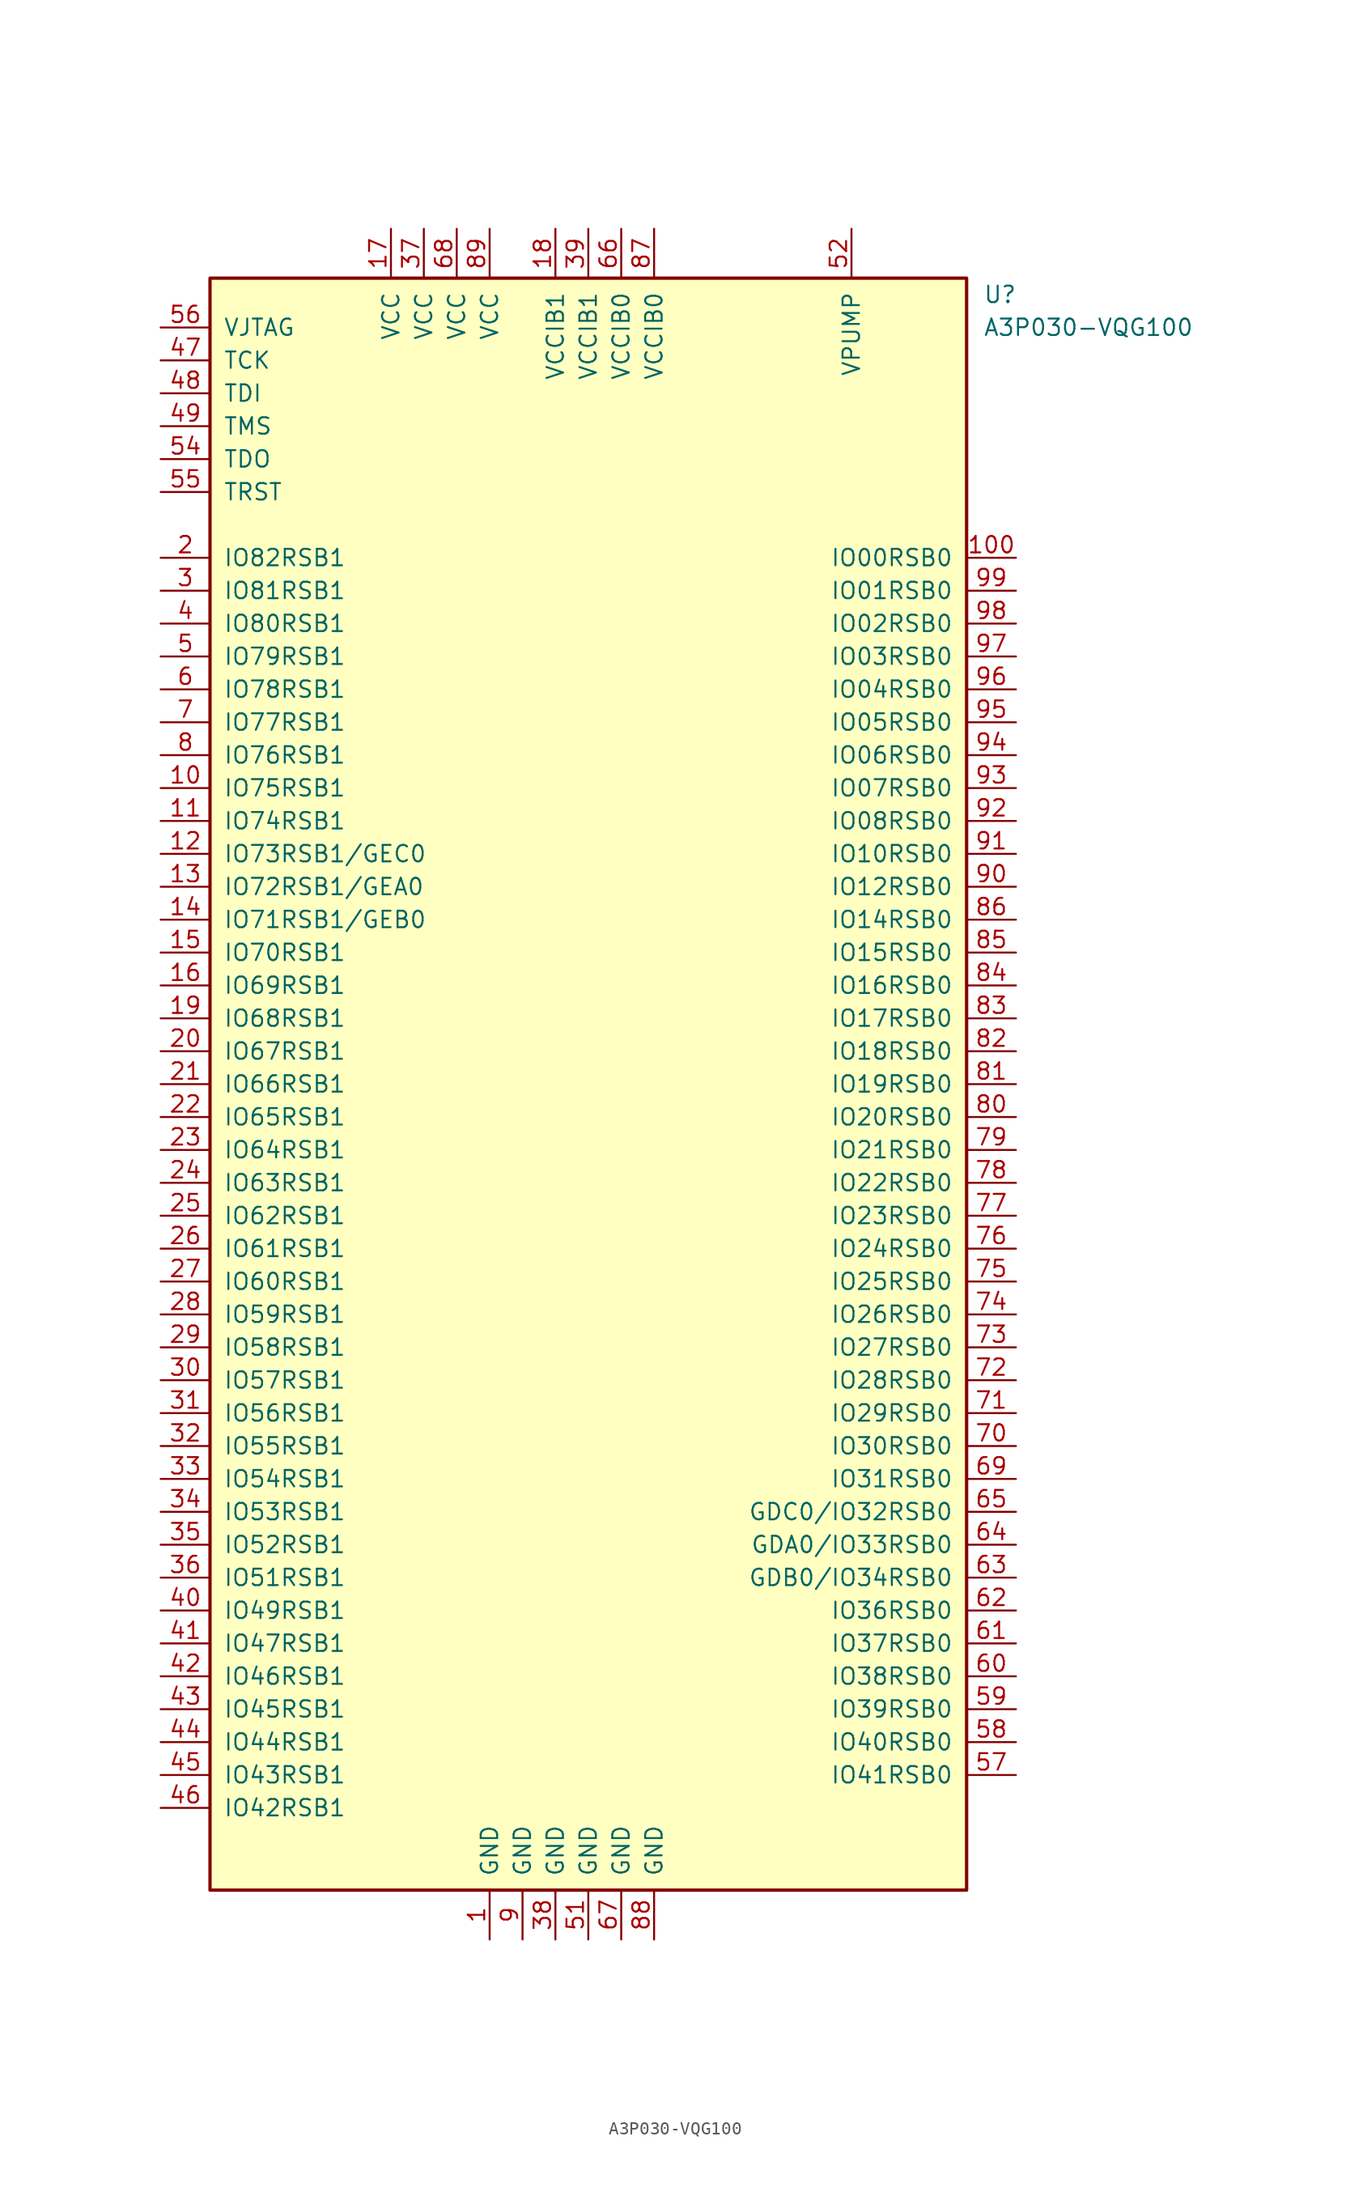
<source format=kicad_sym>
(kicad_symbol_lib
  (version 20201005)
  (generator kicad_symbol_editor)
  (symbol "A3P030-VQG100"
    (pin_names
      (offset 1.016))
    (property "Reference" "U"
      (at 30.48 60.96 0)
      (effects (font (size 1.27 1.27)) (justify left)))
    (property "Value" "A3P030-VQG100"
      (at 30.48 58.42 0)
      (effects (font (size 1.27 1.27)) (justify left)))
    (symbol "A3P030-VQG100_0_1"
      (rectangle (start -29.21 62.23) (end 29.21 -62.23) (stroke (width 0.254)) (fill (type background))))
    (symbol "A3P030-VQG100_1_1"
      (pin power_in line (at -7.62 -66.04 90) (length 3.81) (name "GND" (effects (font (size 1.27 1.27)))) (number "1" (effects (font (size 1.27 1.27)))))
      (pin bidirectional line (at -33.02 22.86 0) (length 3.81) (name "IO75RSB1" (effects (font (size 1.27 1.27)))) (number "10" (effects (font (size 1.27 1.27)))))
      (pin bidirectional line (at 33.02 40.64 180) (length 3.81) (name "IO00RSB0" (effects (font (size 1.27 1.27)))) (number "100" (effects (font (size 1.27 1.27)))))
      (pin bidirectional line (at -33.02 20.32 0) (length 3.81) (name "IO74RSB1" (effects (font (size 1.27 1.27)))) (number "11" (effects (font (size 1.27 1.27)))))
      (pin bidirectional line (at -33.02 17.78 0) (length 3.81) (name "IO73RSB1/GEC0" (effects (font (size 1.27 1.27)))) (number "12" (effects (font (size 1.27 1.27)))))
      (pin bidirectional line (at -33.02 15.24 0) (length 3.81) (name "IO72RSB1/GEA0" (effects (font (size 1.27 1.27)))) (number "13" (effects (font (size 1.27 1.27)))))
      (pin bidirectional line (at -33.02 12.7 0) (length 3.81) (name "IO71RSB1/GEB0" (effects (font (size 1.27 1.27)))) (number "14" (effects (font (size 1.27 1.27)))))
      (pin bidirectional line (at -33.02 10.16 0) (length 3.81) (name "IO70RSB1" (effects (font (size 1.27 1.27)))) (number "15" (effects (font (size 1.27 1.27)))))
      (pin bidirectional line (at -33.02 7.62 0) (length 3.81) (name "IO69RSB1" (effects (font (size 1.27 1.27)))) (number "16" (effects (font (size 1.27 1.27)))))
      (pin power_in line (at -15.24 66.04 270) (length 3.81) (name "VCC" (effects (font (size 1.27 1.27)))) (number "17" (effects (font (size 1.27 1.27)))))
      (pin power_in line (at -2.54 66.04 270) (length 3.81) (name "VCCIB1" (effects (font (size 1.27 1.27)))) (number "18" (effects (font (size 1.27 1.27)))))
      (pin bidirectional line (at -33.02 5.08 0) (length 3.81) (name "IO68RSB1" (effects (font (size 1.27 1.27)))) (number "19" (effects (font (size 1.27 1.27)))))
      (pin bidirectional line (at -33.02 40.64 0) (length 3.81) (name "IO82RSB1" (effects (font (size 1.27 1.27)))) (number "2" (effects (font (size 1.27 1.27)))))
      (pin bidirectional line (at -33.02 2.54 0) (length 3.81) (name "IO67RSB1" (effects (font (size 1.27 1.27)))) (number "20" (effects (font (size 1.27 1.27)))))
      (pin bidirectional line (at -33.02 0 0) (length 3.81) (name "IO66RSB1" (effects (font (size 1.27 1.27)))) (number "21" (effects (font (size 1.27 1.27)))))
      (pin bidirectional line (at -33.02 -2.54 0) (length 3.81) (name "IO65RSB1" (effects (font (size 1.27 1.27)))) (number "22" (effects (font (size 1.27 1.27)))))
      (pin bidirectional line (at -33.02 -5.08 0) (length 3.81) (name "IO64RSB1" (effects (font (size 1.27 1.27)))) (number "23" (effects (font (size 1.27 1.27)))))
      (pin bidirectional line (at -33.02 -7.62 0) (length 3.81) (name "IO63RSB1" (effects (font (size 1.27 1.27)))) (number "24" (effects (font (size 1.27 1.27)))))
      (pin bidirectional line (at -33.02 -10.16 0) (length 3.81) (name "IO62RSB1" (effects (font (size 1.27 1.27)))) (number "25" (effects (font (size 1.27 1.27)))))
      (pin bidirectional line (at -33.02 -12.7 0) (length 3.81) (name "IO61RSB1" (effects (font (size 1.27 1.27)))) (number "26" (effects (font (size 1.27 1.27)))))
      (pin bidirectional line (at -33.02 -15.24 0) (length 3.81) (name "IO60RSB1" (effects (font (size 1.27 1.27)))) (number "27" (effects (font (size 1.27 1.27)))))
      (pin bidirectional line (at -33.02 -17.78 0) (length 3.81) (name "IO59RSB1" (effects (font (size 1.27 1.27)))) (number "28" (effects (font (size 1.27 1.27)))))
      (pin bidirectional line (at -33.02 -20.32 0) (length 3.81) (name "IO58RSB1" (effects (font (size 1.27 1.27)))) (number "29" (effects (font (size 1.27 1.27)))))
      (pin bidirectional line (at -33.02 38.1 0) (length 3.81) (name "IO81RSB1" (effects (font (size 1.27 1.27)))) (number "3" (effects (font (size 1.27 1.27)))))
      (pin bidirectional line (at -33.02 -22.86 0) (length 3.81) (name "IO57RSB1" (effects (font (size 1.27 1.27)))) (number "30" (effects (font (size 1.27 1.27)))))
      (pin bidirectional line (at -33.02 -25.4 0) (length 3.81) (name "IO56RSB1" (effects (font (size 1.27 1.27)))) (number "31" (effects (font (size 1.27 1.27)))))
      (pin bidirectional line (at -33.02 -27.94 0) (length 3.81) (name "IO55RSB1" (effects (font (size 1.27 1.27)))) (number "32" (effects (font (size 1.27 1.27)))))
      (pin bidirectional line (at -33.02 -30.48 0) (length 3.81) (name "IO54RSB1" (effects (font (size 1.27 1.27)))) (number "33" (effects (font (size 1.27 1.27)))))
      (pin bidirectional line (at -33.02 -33.02 0) (length 3.81) (name "IO53RSB1" (effects (font (size 1.27 1.27)))) (number "34" (effects (font (size 1.27 1.27)))))
      (pin bidirectional line (at -33.02 -35.56 0) (length 3.81) (name "IO52RSB1" (effects (font (size 1.27 1.27)))) (number "35" (effects (font (size 1.27 1.27)))))
      (pin bidirectional line (at -33.02 -38.1 0) (length 3.81) (name "IO51RSB1" (effects (font (size 1.27 1.27)))) (number "36" (effects (font (size 1.27 1.27)))))
      (pin power_in line (at -12.7 66.04 270) (length 3.81) (name "VCC" (effects (font (size 1.27 1.27)))) (number "37" (effects (font (size 1.27 1.27)))))
      (pin power_in line (at -2.54 -66.04 90) (length 3.81) (name "GND" (effects (font (size 1.27 1.27)))) (number "38" (effects (font (size 1.27 1.27)))))
      (pin power_in line (at 0 66.04 270) (length 3.81) (name "VCCIB1" (effects (font (size 1.27 1.27)))) (number "39" (effects (font (size 1.27 1.27)))))
      (pin bidirectional line (at -33.02 35.56 0) (length 3.81) (name "IO80RSB1" (effects (font (size 1.27 1.27)))) (number "4" (effects (font (size 1.27 1.27)))))
      (pin bidirectional line (at -33.02 -40.64 0) (length 3.81) (name "IO49RSB1" (effects (font (size 1.27 1.27)))) (number "40" (effects (font (size 1.27 1.27)))))
      (pin bidirectional line (at -33.02 -43.18 0) (length 3.81) (name "IO47RSB1" (effects (font (size 1.27 1.27)))) (number "41" (effects (font (size 1.27 1.27)))))
      (pin bidirectional line (at -33.02 -45.72 0) (length 3.81) (name "IO46RSB1" (effects (font (size 1.27 1.27)))) (number "42" (effects (font (size 1.27 1.27)))))
      (pin bidirectional line (at -33.02 -48.26 0) (length 3.81) (name "IO45RSB1" (effects (font (size 1.27 1.27)))) (number "43" (effects (font (size 1.27 1.27)))))
      (pin bidirectional line (at -33.02 -50.8 0) (length 3.81) (name "IO44RSB1" (effects (font (size 1.27 1.27)))) (number "44" (effects (font (size 1.27 1.27)))))
      (pin bidirectional line (at -33.02 -53.34 0) (length 3.81) (name "IO43RSB1" (effects (font (size 1.27 1.27)))) (number "45" (effects (font (size 1.27 1.27)))))
      (pin bidirectional line (at -33.02 -55.88 0) (length 3.81) (name "IO42RSB1" (effects (font (size 1.27 1.27)))) (number "46" (effects (font (size 1.27 1.27)))))
      (pin bidirectional line (at -33.02 55.88 0) (length 3.81) (name "TCK" (effects (font (size 1.27 1.27)))) (number "47" (effects (font (size 1.27 1.27)))))
      (pin bidirectional line (at -33.02 53.34 0) (length 3.81) (name "TDI" (effects (font (size 1.27 1.27)))) (number "48" (effects (font (size 1.27 1.27)))))
      (pin bidirectional line (at -33.02 50.8 0) (length 3.81) (name "TMS" (effects (font (size 1.27 1.27)))) (number "49" (effects (font (size 1.27 1.27)))))
      (pin bidirectional line (at -33.02 33.02 0) (length 3.81) (name "IO79RSB1" (effects (font (size 1.27 1.27)))) (number "5" (effects (font (size 1.27 1.27)))))
      (pin power_in line (at 0 -66.04 90) (length 3.81) (name "GND" (effects (font (size 1.27 1.27)))) (number "51" (effects (font (size 1.27 1.27)))))
      (pin power_in line (at 20.32 66.04 270) (length 3.81) (name "VPUMP" (effects (font (size 1.27 1.27)))) (number "52" (effects (font (size 1.27 1.27)))))
      (pin bidirectional line (at -33.02 48.26 0) (length 3.81) (name "TDO" (effects (font (size 1.27 1.27)))) (number "54" (effects (font (size 1.27 1.27)))))
      (pin bidirectional line (at -33.02 45.72 0) (length 3.81) (name "TRST" (effects (font (size 1.27 1.27)))) (number "55" (effects (font (size 1.27 1.27)))))
      (pin bidirectional line (at -33.02 58.42 0) (length 3.81) (name "VJTAG" (effects (font (size 1.27 1.27)))) (number "56" (effects (font (size 1.27 1.27)))))
      (pin bidirectional line (at 33.02 -53.34 180) (length 3.81) (name "IO41RSB0" (effects (font (size 1.27 1.27)))) (number "57" (effects (font (size 1.27 1.27)))))
      (pin bidirectional line (at 33.02 -50.8 180) (length 3.81) (name "IO40RSB0" (effects (font (size 1.27 1.27)))) (number "58" (effects (font (size 1.27 1.27)))))
      (pin bidirectional line (at 33.02 -48.26 180) (length 3.81) (name "IO39RSB0" (effects (font (size 1.27 1.27)))) (number "59" (effects (font (size 1.27 1.27)))))
      (pin bidirectional line (at -33.02 30.48 0) (length 3.81) (name "IO78RSB1" (effects (font (size 1.27 1.27)))) (number "6" (effects (font (size 1.27 1.27)))))
      (pin bidirectional line (at 33.02 -45.72 180) (length 3.81) (name "IO38RSB0" (effects (font (size 1.27 1.27)))) (number "60" (effects (font (size 1.27 1.27)))))
      (pin bidirectional line (at 33.02 -43.18 180) (length 3.81) (name "IO37RSB0" (effects (font (size 1.27 1.27)))) (number "61" (effects (font (size 1.27 1.27)))))
      (pin bidirectional line (at 33.02 -40.64 180) (length 3.81) (name "IO36RSB0" (effects (font (size 1.27 1.27)))) (number "62" (effects (font (size 1.27 1.27)))))
      (pin bidirectional line (at 33.02 -38.1 180) (length 3.81) (name "GDB0/IO34RSB0" (effects (font (size 1.27 1.27)))) (number "63" (effects (font (size 1.27 1.27)))))
      (pin bidirectional line (at 33.02 -35.56 180) (length 3.81) (name "GDA0/IO33RSB0" (effects (font (size 1.27 1.27)))) (number "64" (effects (font (size 1.27 1.27)))))
      (pin bidirectional line (at 33.02 -33.02 180) (length 3.81) (name "GDC0/IO32RSB0" (effects (font (size 1.27 1.27)))) (number "65" (effects (font (size 1.27 1.27)))))
      (pin power_in line (at 2.54 66.04 270) (length 3.81) (name "VCCIB0" (effects (font (size 1.27 1.27)))) (number "66" (effects (font (size 1.27 1.27)))))
      (pin power_in line (at 2.54 -66.04 90) (length 3.81) (name "GND" (effects (font (size 1.27 1.27)))) (number "67" (effects (font (size 1.27 1.27)))))
      (pin power_in line (at -10.16 66.04 270) (length 3.81) (name "VCC" (effects (font (size 1.27 1.27)))) (number "68" (effects (font (size 1.27 1.27)))))
      (pin bidirectional line (at 33.02 -30.48 180) (length 3.81) (name "IO31RSB0" (effects (font (size 1.27 1.27)))) (number "69" (effects (font (size 1.27 1.27)))))
      (pin input line (at -33.02 27.94 0) (length 3.81) (name "IO77RSB1" (effects (font (size 1.27 1.27)))) (number "7" (effects (font (size 1.27 1.27)))))
      (pin bidirectional line (at 33.02 -27.94 180) (length 3.81) (name "IO30RSB0" (effects (font (size 1.27 1.27)))) (number "70" (effects (font (size 1.27 1.27)))))
      (pin bidirectional line (at 33.02 -25.4 180) (length 3.81) (name "IO29RSB0" (effects (font (size 1.27 1.27)))) (number "71" (effects (font (size 1.27 1.27)))))
      (pin bidirectional line (at 33.02 -22.86 180) (length 3.81) (name "IO28RSB0" (effects (font (size 1.27 1.27)))) (number "72" (effects (font (size 1.27 1.27)))))
      (pin bidirectional line (at 33.02 -20.32 180) (length 3.81) (name "IO27RSB0" (effects (font (size 1.27 1.27)))) (number "73" (effects (font (size 1.27 1.27)))))
      (pin bidirectional line (at 33.02 -17.78 180) (length 3.81) (name "IO26RSB0" (effects (font (size 1.27 1.27)))) (number "74" (effects (font (size 1.27 1.27)))))
      (pin bidirectional line (at 33.02 -15.24 180) (length 3.81) (name "IO25RSB0" (effects (font (size 1.27 1.27)))) (number "75" (effects (font (size 1.27 1.27)))))
      (pin bidirectional line (at 33.02 -12.7 180) (length 3.81) (name "IO24RSB0" (effects (font (size 1.27 1.27)))) (number "76" (effects (font (size 1.27 1.27)))))
      (pin bidirectional line (at 33.02 -10.16 180) (length 3.81) (name "IO23RSB0" (effects (font (size 1.27 1.27)))) (number "77" (effects (font (size 1.27 1.27)))))
      (pin bidirectional line (at 33.02 -7.62 180) (length 3.81) (name "IO22RSB0" (effects (font (size 1.27 1.27)))) (number "78" (effects (font (size 1.27 1.27)))))
      (pin bidirectional line (at 33.02 -5.08 180) (length 3.81) (name "IO21RSB0" (effects (font (size 1.27 1.27)))) (number "79" (effects (font (size 1.27 1.27)))))
      (pin bidirectional line (at -33.02 25.4 0) (length 3.81) (name "IO76RSB1" (effects (font (size 1.27 1.27)))) (number "8" (effects (font (size 1.27 1.27)))))
      (pin bidirectional line (at 33.02 -2.54 180) (length 3.81) (name "IO20RSB0" (effects (font (size 1.27 1.27)))) (number "80" (effects (font (size 1.27 1.27)))))
      (pin bidirectional line (at 33.02 0 180) (length 3.81) (name "IO19RSB0" (effects (font (size 1.27 1.27)))) (number "81" (effects (font (size 1.27 1.27)))))
      (pin bidirectional line (at 33.02 2.54 180) (length 3.81) (name "IO18RSB0" (effects (font (size 1.27 1.27)))) (number "82" (effects (font (size 1.27 1.27)))))
      (pin bidirectional line (at 33.02 5.08 180) (length 3.81) (name "IO17RSB0" (effects (font (size 1.27 1.27)))) (number "83" (effects (font (size 1.27 1.27)))))
      (pin bidirectional line (at 33.02 7.62 180) (length 3.81) (name "IO16RSB0" (effects (font (size 1.27 1.27)))) (number "84" (effects (font (size 1.27 1.27)))))
      (pin bidirectional line (at 33.02 10.16 180) (length 3.81) (name "IO15RSB0" (effects (font (size 1.27 1.27)))) (number "85" (effects (font (size 1.27 1.27)))))
      (pin bidirectional line (at 33.02 12.7 180) (length 3.81) (name "IO14RSB0" (effects (font (size 1.27 1.27)))) (number "86" (effects (font (size 1.27 1.27)))))
      (pin power_in line (at 5.08 66.04 270) (length 3.81) (name "VCCIB0" (effects (font (size 1.27 1.27)))) (number "87" (effects (font (size 1.27 1.27)))))
      (pin power_in line (at 5.08 -66.04 90) (length 3.81) (name "GND" (effects (font (size 1.27 1.27)))) (number "88" (effects (font (size 1.27 1.27)))))
      (pin power_in line (at -7.62 66.04 270) (length 3.81) (name "VCC" (effects (font (size 1.27 1.27)))) (number "89" (effects (font (size 1.27 1.27)))))
      (pin power_in line (at -5.08 -66.04 90) (length 3.81) (name "GND" (effects (font (size 1.27 1.27)))) (number "9" (effects (font (size 1.27 1.27)))))
      (pin input line (at 33.02 15.24 180) (length 3.81) (name "IO12RSB0" (effects (font (size 1.27 1.27)))) (number "90" (effects (font (size 1.27 1.27)))))
      (pin bidirectional line (at 33.02 17.78 180) (length 3.81) (name "IO10RSB0" (effects (font (size 1.27 1.27)))) (number "91" (effects (font (size 1.27 1.27)))))
      (pin bidirectional line (at 33.02 20.32 180) (length 3.81) (name "IO08RSB0" (effects (font (size 1.27 1.27)))) (number "92" (effects (font (size 1.27 1.27)))))
      (pin bidirectional line (at 33.02 22.86 180) (length 3.81) (name "IO07RSB0" (effects (font (size 1.27 1.27)))) (number "93" (effects (font (size 1.27 1.27)))))
      (pin bidirectional line (at 33.02 25.4 180) (length 3.81) (name "IO06RSB0" (effects (font (size 1.27 1.27)))) (number "94" (effects (font (size 1.27 1.27)))))
      (pin bidirectional line (at 33.02 27.94 180) (length 3.81) (name "IO05RSB0" (effects (font (size 1.27 1.27)))) (number "95" (effects (font (size 1.27 1.27)))))
      (pin bidirectional line (at 33.02 30.48 180) (length 3.81) (name "IO04RSB0" (effects (font (size 1.27 1.27)))) (number "96" (effects (font (size 1.27 1.27)))))
      (pin bidirectional line (at 33.02 33.02 180) (length 3.81) (name "IO03RSB0" (effects (font (size 1.27 1.27)))) (number "97" (effects (font (size 1.27 1.27)))))
      (pin bidirectional line (at 33.02 35.56 180) (length 3.81) (name "IO02RSB0" (effects (font (size 1.27 1.27)))) (number "98" (effects (font (size 1.27 1.27)))))
      (pin bidirectional line (at 33.02 38.1 180) (length 3.81) (name "IO01RSB0" (effects (font (size 1.27 1.27)))) (number "99" (effects (font (size 1.27 1.27))))))))
</source>
